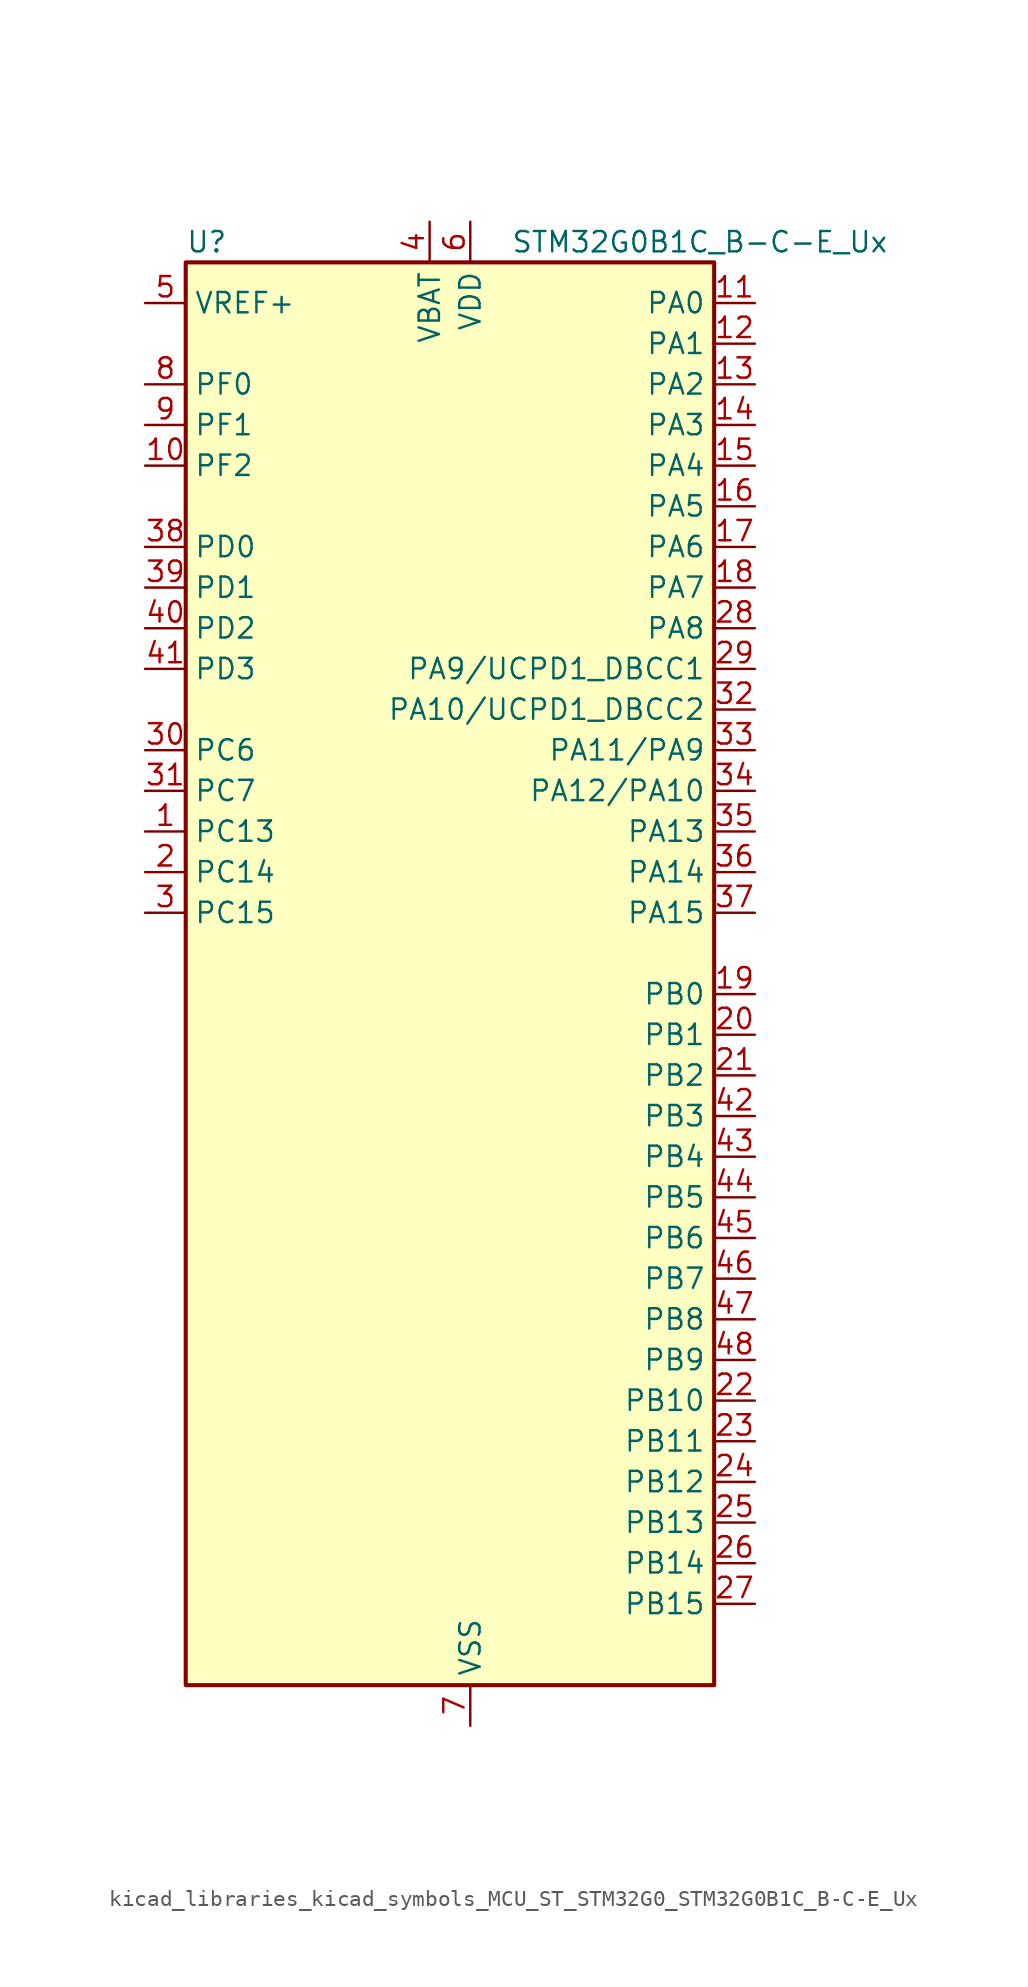
<source format=kicad_sym>
(kicad_symbol_lib
  (version 20220914)
  (generator kicad_symbol_editor)
  (symbol "kicad_libraries_kicad_symbols_MCU_ST_STM32G0_STM32G0B1C_B-C-E_Ux"
    (property "Reference" "U"
      (at -15.24 46.99 0)
      (effects (font (size 1.27 1.27)) (justify left)))
    (property "Value" "STM32G0B1C_B-C-E_Ux"
      (at 5.08 46.99 0)
      (effects (font (size 1.27 1.27)) (justify left)))
    (property "ki_locked" ""
      (at 0 0 0)
      (effects (font (size 1.27 1.27))))
    (symbol "kicad_libraries_kicad_symbols_MCU_ST_STM32G0_STM32G0B1C_B-C-E_Ux_0_1"
      (rectangle (start -15.24 -43.18) (end 17.78 45.72) (stroke (width 0.254) (type default)) (fill (type background))))
    (symbol "kicad_libraries_kicad_symbols_MCU_ST_STM32G0_STM32G0B1C_B-C-E_Ux_1_1"
      (pin bidirectional line (at -17.78 10.16 0) (length 2.54) (name "PC13" (effects (font (size 1.27 1.27)))) (number "1" (effects (font (size 1.27 1.27)))) (alternate "RTC_OUT1" bidirectional line) (alternate "RTC_TAMP_IN1" bidirectional line) (alternate "RTC_TS" bidirectional line) (alternate "SYS_WKUP2" bidirectional line) (alternate "TIM1_BK" bidirectional line))
      (pin bidirectional line (at -17.78 33.02 0) (length 2.54) (name "PF2" (effects (font (size 1.27 1.27)))) (number "10" (effects (font (size 1.27 1.27)))) (alternate "LPUART2_DE" bidirectional line) (alternate "LPUART2_RTS" bidirectional line) (alternate "LPUART2_TX" bidirectional line) (alternate "RCC_MCO" bidirectional line))
      (pin bidirectional line (at 20.32 43.18 180) (length 2.54) (name "PA0" (effects (font (size 1.27 1.27)))) (number "11" (effects (font (size 1.27 1.27)))) (alternate "ADC1_IN0" bidirectional line) (alternate "COMP1_INM" bidirectional line) (alternate "COMP1_OUT" bidirectional line) (alternate "I2S2_CK" bidirectional line) (alternate "LPTIM1_OUT" bidirectional line) (alternate "RTC_TAMP_IN2" bidirectional line) (alternate "SPI2_SCK" bidirectional line) (alternate "SYS_WKUP1" bidirectional line) (alternate "TIM2_CH1" bidirectional line) (alternate "TIM2_ETR" bidirectional line) (alternate "UCPD2_FRSTX1" bidirectional line) (alternate "UCPD2_FRSTX2" bidirectional line) (alternate "USART2_CTS" bidirectional line) (alternate "USART2_NSS" bidirectional line) (alternate "USART4_TX" bidirectional line))
      (pin bidirectional line (at 20.32 40.64 180) (length 2.54) (name "PA1" (effects (font (size 1.27 1.27)))) (number "12" (effects (font (size 1.27 1.27)))) (alternate "ADC1_IN1" bidirectional line) (alternate "COMP1_INP" bidirectional line) (alternate "I2C1_SMBA" bidirectional line) (alternate "I2S1_CK" bidirectional line) (alternate "SPI1_SCK" bidirectional line) (alternate "TIM15_CH1N" bidirectional line) (alternate "TIM2_CH2" bidirectional line) (alternate "USART2_CK" bidirectional line) (alternate "USART2_DE" bidirectional line) (alternate "USART2_RTS" bidirectional line) (alternate "USART4_RX" bidirectional line))
      (pin bidirectional line (at 20.32 38.1 180) (length 2.54) (name "PA2" (effects (font (size 1.27 1.27)))) (number "13" (effects (font (size 1.27 1.27)))) (alternate "ADC1_IN2" bidirectional line) (alternate "COMP2_INM" bidirectional line) (alternate "COMP2_OUT" bidirectional line) (alternate "I2S1_SD" bidirectional line) (alternate "LPUART1_TX" bidirectional line) (alternate "RCC_LSCO" bidirectional line) (alternate "SPI1_MOSI" bidirectional line) (alternate "SYS_WKUP4" bidirectional line) (alternate "TIM15_CH1" bidirectional line) (alternate "TIM2_CH3" bidirectional line) (alternate "UCPD1_FRSTX1" bidirectional line) (alternate "UCPD1_FRSTX2" bidirectional line) (alternate "USART2_TX" bidirectional line))
      (pin bidirectional line (at 20.32 35.56 180) (length 2.54) (name "PA3" (effects (font (size 1.27 1.27)))) (number "14" (effects (font (size 1.27 1.27)))) (alternate "ADC1_IN3" bidirectional line) (alternate "COMP2_INP" bidirectional line) (alternate "I2S2_MCK" bidirectional line) (alternate "LPUART1_RX" bidirectional line) (alternate "SPI2_MISO" bidirectional line) (alternate "TIM15_CH2" bidirectional line) (alternate "TIM2_CH4" bidirectional line) (alternate "UCPD2_FRSTX1" bidirectional line) (alternate "UCPD2_FRSTX2" bidirectional line) (alternate "USART2_RX" bidirectional line))
      (pin bidirectional line (at 20.32 33.02 180) (length 2.54) (name "PA4" (effects (font (size 1.27 1.27)))) (number "15" (effects (font (size 1.27 1.27)))) (alternate "ADC1_IN4" bidirectional line) (alternate "DAC1_OUT1" bidirectional line) (alternate "I2S1_WS" bidirectional line) (alternate "I2S2_SD" bidirectional line) (alternate "LPTIM2_OUT" bidirectional line) (alternate "RTC_OUT2" bidirectional line) (alternate "SPI1_NSS" bidirectional line) (alternate "SPI2_MOSI" bidirectional line) (alternate "SPI3_NSS" bidirectional line) (alternate "TIM14_CH1" bidirectional line) (alternate "UCPD2_FRSTX1" bidirectional line) (alternate "UCPD2_FRSTX2" bidirectional line) (alternate "USART6_TX" bidirectional line) (alternate "USB_NOE" bidirectional line))
      (pin bidirectional line (at 20.32 30.48 180) (length 2.54) (name "PA5" (effects (font (size 1.27 1.27)))) (number "16" (effects (font (size 1.27 1.27)))) (alternate "ADC1_IN5" bidirectional line) (alternate "CEC" bidirectional line) (alternate "DAC1_OUT2" bidirectional line) (alternate "I2S1_CK" bidirectional line) (alternate "LPTIM2_ETR" bidirectional line) (alternate "SPI1_SCK" bidirectional line) (alternate "TIM2_CH1" bidirectional line) (alternate "TIM2_ETR" bidirectional line) (alternate "UCPD1_FRSTX1" bidirectional line) (alternate "UCPD1_FRSTX2" bidirectional line) (alternate "USART3_TX" bidirectional line) (alternate "USART6_RX" bidirectional line))
      (pin bidirectional line (at 20.32 27.94 180) (length 2.54) (name "PA6" (effects (font (size 1.27 1.27)))) (number "17" (effects (font (size 1.27 1.27)))) (alternate "ADC1_IN6" bidirectional line) (alternate "COMP1_OUT" bidirectional line) (alternate "I2C2_SDA" bidirectional line) (alternate "I2C3_SDA" bidirectional line) (alternate "I2S1_MCK" bidirectional line) (alternate "LPUART1_CTS" bidirectional line) (alternate "SPI1_MISO" bidirectional line) (alternate "TIM16_CH1" bidirectional line) (alternate "TIM1_BK" bidirectional line) (alternate "TIM3_CH1" bidirectional line) (alternate "USART3_CTS" bidirectional line) (alternate "USART3_NSS" bidirectional line) (alternate "USART6_CTS" bidirectional line) (alternate "USART6_NSS" bidirectional line))
      (pin bidirectional line (at 20.32 25.4 180) (length 2.54) (name "PA7" (effects (font (size 1.27 1.27)))) (number "18" (effects (font (size 1.27 1.27)))) (alternate "ADC1_IN7" bidirectional line) (alternate "COMP2_OUT" bidirectional line) (alternate "I2C2_SCL" bidirectional line) (alternate "I2C3_SCL" bidirectional line) (alternate "I2S1_SD" bidirectional line) (alternate "SPI1_MOSI" bidirectional line) (alternate "TIM14_CH1" bidirectional line) (alternate "TIM17_CH1" bidirectional line) (alternate "TIM1_CH1N" bidirectional line) (alternate "TIM3_CH2" bidirectional line) (alternate "UCPD1_FRSTX1" bidirectional line) (alternate "UCPD1_FRSTX2" bidirectional line) (alternate "USART6_CK" bidirectional line) (alternate "USART6_DE" bidirectional line) (alternate "USART6_RTS" bidirectional line))
      (pin bidirectional line (at 20.32 0 180) (length 2.54) (name "PB0" (effects (font (size 1.27 1.27)))) (number "19" (effects (font (size 1.27 1.27)))) (alternate "ADC1_IN8" bidirectional line) (alternate "COMP1_OUT" bidirectional line) (alternate "COMP3_INP" bidirectional line) (alternate "FDCAN2_RX" bidirectional line) (alternate "I2S1_WS" bidirectional line) (alternate "LPTIM1_OUT" bidirectional line) (alternate "LPUART2_CTS" bidirectional line) (alternate "SPI1_NSS" bidirectional line) (alternate "TIM1_CH2N" bidirectional line) (alternate "TIM3_CH3" bidirectional line) (alternate "UCPD1_FRSTX1" bidirectional line) (alternate "UCPD1_FRSTX2" bidirectional line) (alternate "USART3_RX" bidirectional line) (alternate "USART5_TX" bidirectional line))
      (pin bidirectional line (at -17.78 7.62 0) (length 2.54) (name "PC14" (effects (font (size 1.27 1.27)))) (number "2" (effects (font (size 1.27 1.27)))) (alternate "RCC_OSC32_IN" bidirectional line) (alternate "TIM1_BK2" bidirectional line))
      (pin bidirectional line (at 20.32 -2.54 180) (length 2.54) (name "PB1" (effects (font (size 1.27 1.27)))) (number "20" (effects (font (size 1.27 1.27)))) (alternate "ADC1_IN9" bidirectional line) (alternate "COMP1_INM" bidirectional line) (alternate "COMP3_OUT" bidirectional line) (alternate "FDCAN2_TX" bidirectional line) (alternate "LPTIM2_IN1" bidirectional line) (alternate "LPUART1_DE" bidirectional line) (alternate "LPUART1_RTS" bidirectional line) (alternate "LPUART2_DE" bidirectional line) (alternate "LPUART2_RTS" bidirectional line) (alternate "TIM14_CH1" bidirectional line) (alternate "TIM1_CH3N" bidirectional line) (alternate "TIM3_CH4" bidirectional line) (alternate "USART3_CK" bidirectional line) (alternate "USART3_DE" bidirectional line) (alternate "USART3_RTS" bidirectional line) (alternate "USART5_RX" bidirectional line))
      (pin bidirectional line (at 20.32 -5.08 180) (length 2.54) (name "PB2" (effects (font (size 1.27 1.27)))) (number "21" (effects (font (size 1.27 1.27)))) (alternate "ADC1_IN10" bidirectional line) (alternate "COMP1_INP" bidirectional line) (alternate "COMP3_INM" bidirectional line) (alternate "I2S2_MCK" bidirectional line) (alternate "LPTIM1_OUT" bidirectional line) (alternate "RCC_MCO_2" bidirectional line) (alternate "SPI2_MISO" bidirectional line) (alternate "USART3_TX" bidirectional line))
      (pin bidirectional line (at 20.32 -25.4 180) (length 2.54) (name "PB10" (effects (font (size 1.27 1.27)))) (number "22" (effects (font (size 1.27 1.27)))) (alternate "ADC1_IN11" bidirectional line) (alternate "CEC" bidirectional line) (alternate "COMP1_OUT" bidirectional line) (alternate "I2C2_SCL" bidirectional line) (alternate "I2S2_CK" bidirectional line) (alternate "LPUART1_RX" bidirectional line) (alternate "SPI2_SCK" bidirectional line) (alternate "TIM2_CH3" bidirectional line) (alternate "USART3_TX" bidirectional line))
      (pin bidirectional line (at 20.32 -27.94 180) (length 2.54) (name "PB11" (effects (font (size 1.27 1.27)))) (number "23" (effects (font (size 1.27 1.27)))) (alternate "ADC1_EXTI11" bidirectional line) (alternate "ADC1_IN15" bidirectional line) (alternate "COMP2_OUT" bidirectional line) (alternate "I2C2_SDA" bidirectional line) (alternate "I2S2_SD" bidirectional line) (alternate "LPUART1_TX" bidirectional line) (alternate "SPI2_MOSI" bidirectional line) (alternate "TIM2_CH4" bidirectional line) (alternate "USART3_RX" bidirectional line))
      (pin bidirectional line (at 20.32 -30.48 180) (length 2.54) (name "PB12" (effects (font (size 1.27 1.27)))) (number "24" (effects (font (size 1.27 1.27)))) (alternate "ADC1_IN16" bidirectional line) (alternate "FDCAN2_RX" bidirectional line) (alternate "I2C2_SMBA" bidirectional line) (alternate "I2S2_WS" bidirectional line) (alternate "LPUART1_DE" bidirectional line) (alternate "LPUART1_RTS" bidirectional line) (alternate "SPI2_NSS" bidirectional line) (alternate "TIM15_BK" bidirectional line) (alternate "TIM1_BK" bidirectional line) (alternate "UCPD2_FRSTX1" bidirectional line) (alternate "UCPD2_FRSTX2" bidirectional line))
      (pin bidirectional line (at 20.32 -33.02 180) (length 2.54) (name "PB13" (effects (font (size 1.27 1.27)))) (number "25" (effects (font (size 1.27 1.27)))) (alternate "FDCAN2_TX" bidirectional line) (alternate "I2C2_SCL" bidirectional line) (alternate "I2S2_CK" bidirectional line) (alternate "LPUART1_CTS" bidirectional line) (alternate "SPI2_SCK" bidirectional line) (alternate "TIM15_CH1N" bidirectional line) (alternate "TIM1_CH1N" bidirectional line) (alternate "USART3_CTS" bidirectional line) (alternate "USART3_NSS" bidirectional line))
      (pin bidirectional line (at 20.32 -35.56 180) (length 2.54) (name "PB14" (effects (font (size 1.27 1.27)))) (number "26" (effects (font (size 1.27 1.27)))) (alternate "I2C2_SDA" bidirectional line) (alternate "I2S2_MCK" bidirectional line) (alternate "SPI2_MISO" bidirectional line) (alternate "TIM15_CH1" bidirectional line) (alternate "TIM1_CH2N" bidirectional line) (alternate "UCPD1_FRSTX1" bidirectional line) (alternate "UCPD1_FRSTX2" bidirectional line) (alternate "USART3_CK" bidirectional line) (alternate "USART3_DE" bidirectional line) (alternate "USART3_RTS" bidirectional line) (alternate "USART6_CK" bidirectional line) (alternate "USART6_DE" bidirectional line) (alternate "USART6_RTS" bidirectional line))
      (pin bidirectional line (at 20.32 -38.1 180) (length 2.54) (name "PB15" (effects (font (size 1.27 1.27)))) (number "27" (effects (font (size 1.27 1.27)))) (alternate "I2S2_SD" bidirectional line) (alternate "RTC_REFIN" bidirectional line) (alternate "SPI2_MOSI" bidirectional line) (alternate "TIM15_CH1N" bidirectional line) (alternate "TIM15_CH2" bidirectional line) (alternate "TIM1_CH3N" bidirectional line) (alternate "UCPD1_CC2" bidirectional line) (alternate "USART6_CTS" bidirectional line) (alternate "USART6_NSS" bidirectional line))
      (pin bidirectional line (at 20.32 22.86 180) (length 2.54) (name "PA8" (effects (font (size 1.27 1.27)))) (number "28" (effects (font (size 1.27 1.27)))) (alternate "CRS1_SYNC" bidirectional line) (alternate "I2C2_SMBA" bidirectional line) (alternate "I2S2_WS" bidirectional line) (alternate "LPTIM2_OUT" bidirectional line) (alternate "RCC_MCO" bidirectional line) (alternate "SPI2_NSS" bidirectional line) (alternate "TIM1_CH1" bidirectional line) (alternate "UCPD1_CC1" bidirectional line))
      (pin bidirectional line (at 20.32 20.32 180) (length 2.54) (name "PA9/UCPD1_DBCC1" (effects (font (size 1.27 1.27)))) (number "29" (effects (font (size 1.27 1.27)))) (alternate "DAC1_EXTI9" bidirectional line) (alternate "I2C1_SCL" bidirectional line) (alternate "I2C2_SCL" bidirectional line) (alternate "I2S2_MCK" bidirectional line) (alternate "RCC_MCO" bidirectional line) (alternate "SPI2_MISO" bidirectional line) (alternate "TIM15_BK" bidirectional line) (alternate "TIM1_CH2" bidirectional line) (alternate "UCPD1_DBCC1" bidirectional line) (alternate "USART1_TX" bidirectional line))
      (pin bidirectional line (at -17.78 5.08 0) (length 2.54) (name "PC15" (effects (font (size 1.27 1.27)))) (number "3" (effects (font (size 1.27 1.27)))) (alternate "RCC_OSC32_EN" bidirectional line) (alternate "RCC_OSC32_OUT" bidirectional line) (alternate "RCC_OSC_EN" bidirectional line) (alternate "TIM15_BK" bidirectional line))
      (pin bidirectional line (at -17.78 15.24 0) (length 2.54) (name "PC6" (effects (font (size 1.27 1.27)))) (number "30" (effects (font (size 1.27 1.27)))) (alternate "LPUART2_TX" bidirectional line) (alternate "TIM2_CH3" bidirectional line) (alternate "TIM3_CH1" bidirectional line) (alternate "UCPD1_FRSTX1" bidirectional line) (alternate "UCPD1_FRSTX2" bidirectional line))
      (pin bidirectional line (at -17.78 12.7 0) (length 2.54) (name "PC7" (effects (font (size 1.27 1.27)))) (number "31" (effects (font (size 1.27 1.27)))) (alternate "LPUART2_RX" bidirectional line) (alternate "TIM2_CH4" bidirectional line) (alternate "TIM3_CH2" bidirectional line) (alternate "UCPD2_FRSTX1" bidirectional line) (alternate "UCPD2_FRSTX2" bidirectional line))
      (pin bidirectional line (at 20.32 17.78 180) (length 2.54) (name "PA10/UCPD1_DBCC2" (effects (font (size 1.27 1.27)))) (number "32" (effects (font (size 1.27 1.27)))) (alternate "I2C1_SDA" bidirectional line) (alternate "I2C2_SDA" bidirectional line) (alternate "I2S2_SD" bidirectional line) (alternate "RCC_MCO_2" bidirectional line) (alternate "SPI2_MOSI" bidirectional line) (alternate "TIM17_BK" bidirectional line) (alternate "TIM1_CH3" bidirectional line) (alternate "UCPD1_DBCC2" bidirectional line) (alternate "USART1_RX" bidirectional line))
      (pin bidirectional line (at 20.32 15.24 180) (length 2.54) (name "PA11/PA9" (effects (font (size 1.27 1.27)))) (number "33" (effects (font (size 1.27 1.27)))) (alternate "ADC1_EXTI11" bidirectional line) (alternate "COMP1_OUT" bidirectional line) (alternate "FDCAN1_RX" bidirectional line) (alternate "I2C2_SCL" bidirectional line) (alternate "I2S1_MCK" bidirectional line) (alternate "SPI1_MISO" bidirectional line) (alternate "TIM1_BK2" bidirectional line) (alternate "TIM1_CH4" bidirectional line) (alternate "USART1_CTS" bidirectional line) (alternate "USART1_NSS" bidirectional line) (alternate "USB_DM" bidirectional line))
      (pin bidirectional line (at 20.32 12.7 180) (length 2.54) (name "PA12/PA10" (effects (font (size 1.27 1.27)))) (number "34" (effects (font (size 1.27 1.27)))) (alternate "COMP2_OUT" bidirectional line) (alternate "FDCAN1_TX" bidirectional line) (alternate "I2C2_SDA" bidirectional line) (alternate "I2S1_SD" bidirectional line) (alternate "I2S_CKIN" bidirectional line) (alternate "SPI1_MOSI" bidirectional line) (alternate "TIM1_ETR" bidirectional line) (alternate "USART1_CK" bidirectional line) (alternate "USART1_DE" bidirectional line) (alternate "USART1_RTS" bidirectional line) (alternate "USB_DP" bidirectional line))
      (pin bidirectional line (at 20.32 10.16 180) (length 2.54) (name "PA13" (effects (font (size 1.27 1.27)))) (number "35" (effects (font (size 1.27 1.27)))) (alternate "IR_OUT" bidirectional line) (alternate "LPUART2_RX" bidirectional line) (alternate "SYS_SWDIO" bidirectional line) (alternate "USB_NOE" bidirectional line))
      (pin bidirectional line (at 20.32 7.62 180) (length 2.54) (name "PA14" (effects (font (size 1.27 1.27)))) (number "36" (effects (font (size 1.27 1.27)))) (alternate "LPUART2_TX" bidirectional line) (alternate "SYS_SWCLK" bidirectional line) (alternate "USART2_TX" bidirectional line))
      (pin bidirectional line (at 20.32 5.08 180) (length 2.54) (name "PA15" (effects (font (size 1.27 1.27)))) (number "37" (effects (font (size 1.27 1.27)))) (alternate "I2C2_SMBA" bidirectional line) (alternate "I2S1_WS" bidirectional line) (alternate "RCC_MCO_2" bidirectional line) (alternate "SPI1_NSS" bidirectional line) (alternate "SPI3_NSS" bidirectional line) (alternate "TIM2_CH1" bidirectional line) (alternate "TIM2_ETR" bidirectional line) (alternate "USART2_RX" bidirectional line) (alternate "USART3_CK" bidirectional line) (alternate "USART3_DE" bidirectional line) (alternate "USART3_RTS" bidirectional line) (alternate "USART4_CK" bidirectional line) (alternate "USART4_DE" bidirectional line) (alternate "USART4_RTS" bidirectional line) (alternate "USB_NOE" bidirectional line))
      (pin bidirectional line (at -17.78 27.94 0) (length 2.54) (name "PD0" (effects (font (size 1.27 1.27)))) (number "38" (effects (font (size 1.27 1.27)))) (alternate "FDCAN1_RX" bidirectional line) (alternate "I2S2_WS" bidirectional line) (alternate "SPI2_NSS" bidirectional line) (alternate "TIM16_CH1" bidirectional line) (alternate "UCPD2_CC1" bidirectional line))
      (pin bidirectional line (at -17.78 25.4 0) (length 2.54) (name "PD1" (effects (font (size 1.27 1.27)))) (number "39" (effects (font (size 1.27 1.27)))) (alternate "FDCAN1_TX" bidirectional line) (alternate "I2S2_CK" bidirectional line) (alternate "SPI2_SCK" bidirectional line) (alternate "TIM17_CH1" bidirectional line) (alternate "UCPD2_DBCC1" bidirectional line))
      (pin power_in line (at 0 48.26 270) (length 2.54) (name "VBAT" (effects (font (size 1.27 1.27)))) (number "4" (effects (font (size 1.27 1.27)))))
      (pin bidirectional line (at -17.78 22.86 0) (length 2.54) (name "PD2" (effects (font (size 1.27 1.27)))) (number "40" (effects (font (size 1.27 1.27)))) (alternate "TIM1_CH1N" bidirectional line) (alternate "TIM3_ETR" bidirectional line) (alternate "UCPD2_CC2" bidirectional line) (alternate "USART3_CK" bidirectional line) (alternate "USART3_DE" bidirectional line) (alternate "USART3_RTS" bidirectional line) (alternate "USART5_RX" bidirectional line))
      (pin bidirectional line (at -17.78 20.32 0) (length 2.54) (name "PD3" (effects (font (size 1.27 1.27)))) (number "41" (effects (font (size 1.27 1.27)))) (alternate "I2S2_MCK" bidirectional line) (alternate "SPI2_MISO" bidirectional line) (alternate "TIM1_CH2N" bidirectional line) (alternate "UCPD2_DBCC2" bidirectional line) (alternate "USART2_CTS" bidirectional line) (alternate "USART2_NSS" bidirectional line) (alternate "USART5_TX" bidirectional line))
      (pin bidirectional line (at 20.32 -7.62 180) (length 2.54) (name "PB3" (effects (font (size 1.27 1.27)))) (number "42" (effects (font (size 1.27 1.27)))) (alternate "COMP2_INM" bidirectional line) (alternate "I2C2_SCL" bidirectional line) (alternate "I2C3_SCL" bidirectional line) (alternate "I2S1_CK" bidirectional line) (alternate "SPI1_SCK" bidirectional line) (alternate "SPI3_SCK" bidirectional line) (alternate "TIM1_CH2" bidirectional line) (alternate "TIM2_CH2" bidirectional line) (alternate "USART1_CK" bidirectional line) (alternate "USART1_DE" bidirectional line) (alternate "USART1_RTS" bidirectional line) (alternate "USART5_TX" bidirectional line))
      (pin bidirectional line (at 20.32 -10.16 180) (length 2.54) (name "PB4" (effects (font (size 1.27 1.27)))) (number "43" (effects (font (size 1.27 1.27)))) (alternate "COMP2_INP" bidirectional line) (alternate "I2C2_SDA" bidirectional line) (alternate "I2C3_SDA" bidirectional line) (alternate "I2S1_MCK" bidirectional line) (alternate "SPI1_MISO" bidirectional line) (alternate "SPI3_MISO" bidirectional line) (alternate "TIM17_BK" bidirectional line) (alternate "TIM3_CH1" bidirectional line) (alternate "USART1_CTS" bidirectional line) (alternate "USART1_NSS" bidirectional line) (alternate "USART5_RX" bidirectional line))
      (pin bidirectional line (at 20.32 -12.7 180) (length 2.54) (name "PB5" (effects (font (size 1.27 1.27)))) (number "44" (effects (font (size 1.27 1.27)))) (alternate "COMP2_OUT" bidirectional line) (alternate "FDCAN2_RX" bidirectional line) (alternate "I2C1_SMBA" bidirectional line) (alternate "I2S1_SD" bidirectional line) (alternate "LPTIM1_IN1" bidirectional line) (alternate "SPI1_MOSI" bidirectional line) (alternate "SPI3_MOSI" bidirectional line) (alternate "SYS_WKUP6" bidirectional line) (alternate "TIM16_BK" bidirectional line) (alternate "TIM3_CH2" bidirectional line) (alternate "USART5_CK" bidirectional line) (alternate "USART5_DE" bidirectional line) (alternate "USART5_RTS" bidirectional line))
      (pin bidirectional line (at 20.32 -15.24 180) (length 2.54) (name "PB6" (effects (font (size 1.27 1.27)))) (number "45" (effects (font (size 1.27 1.27)))) (alternate "COMP2_INP" bidirectional line) (alternate "FDCAN2_TX" bidirectional line) (alternate "I2C1_SCL" bidirectional line) (alternate "I2S2_MCK" bidirectional line) (alternate "LPTIM1_ETR" bidirectional line) (alternate "LPUART2_TX" bidirectional line) (alternate "SPI2_MISO" bidirectional line) (alternate "TIM16_CH1N" bidirectional line) (alternate "TIM1_CH3" bidirectional line) (alternate "TIM4_CH1" bidirectional line) (alternate "USART1_TX" bidirectional line) (alternate "USART5_CTS" bidirectional line) (alternate "USART5_NSS" bidirectional line))
      (pin bidirectional line (at 20.32 -17.78 180) (length 2.54) (name "PB7" (effects (font (size 1.27 1.27)))) (number "46" (effects (font (size 1.27 1.27)))) (alternate "COMP2_INM" bidirectional line) (alternate "I2C1_SDA" bidirectional line) (alternate "I2S2_SD" bidirectional line) (alternate "LPTIM1_IN2" bidirectional line) (alternate "LPUART2_RX" bidirectional line) (alternate "SPI2_MOSI" bidirectional line) (alternate "SYS_PVD_IN" bidirectional line) (alternate "TIM17_CH1N" bidirectional line) (alternate "TIM4_CH2" bidirectional line) (alternate "USART1_RX" bidirectional line) (alternate "USART4_CTS" bidirectional line) (alternate "USART4_NSS" bidirectional line))
      (pin bidirectional line (at 20.32 -20.32 180) (length 2.54) (name "PB8" (effects (font (size 1.27 1.27)))) (number "47" (effects (font (size 1.27 1.27)))) (alternate "CEC" bidirectional line) (alternate "FDCAN1_RX" bidirectional line) (alternate "I2C1_SCL" bidirectional line) (alternate "I2S2_CK" bidirectional line) (alternate "SPI2_SCK" bidirectional line) (alternate "TIM15_BK" bidirectional line) (alternate "TIM16_CH1" bidirectional line) (alternate "TIM4_CH3" bidirectional line) (alternate "USART3_TX" bidirectional line) (alternate "USART6_TX" bidirectional line))
      (pin bidirectional line (at 20.32 -22.86 180) (length 2.54) (name "PB9" (effects (font (size 1.27 1.27)))) (number "48" (effects (font (size 1.27 1.27)))) (alternate "DAC1_EXTI9" bidirectional line) (alternate "FDCAN1_TX" bidirectional line) (alternate "I2C1_SDA" bidirectional line) (alternate "I2S2_WS" bidirectional line) (alternate "IR_OUT" bidirectional line) (alternate "SPI2_NSS" bidirectional line) (alternate "TIM17_CH1" bidirectional line) (alternate "TIM4_CH4" bidirectional line) (alternate "UCPD2_FRSTX1" bidirectional line) (alternate "UCPD2_FRSTX2" bidirectional line) (alternate "USART3_RX" bidirectional line) (alternate "USART6_RX" bidirectional line))
      (pin passive line (at 2.54 -45.72 90) (length 2.54) hide (name "VSS" (effects (font (size 1.27 1.27)))) (number "49" (effects (font (size 1.27 1.27)))))
      (pin input line (at -17.78 43.18 0) (length 2.54) (name "VREF+" (effects (font (size 1.27 1.27)))) (number "5" (effects (font (size 1.27 1.27)))) (alternate "VREFBUF_OUT" bidirectional line))
      (pin power_in line (at 2.54 48.26 270) (length 2.54) (name "VDD" (effects (font (size 1.27 1.27)))) (number "6" (effects (font (size 1.27 1.27)))))
      (pin power_in line (at 2.54 -45.72 90) (length 2.54) (name "VSS" (effects (font (size 1.27 1.27)))) (number "7" (effects (font (size 1.27 1.27)))))
      (pin bidirectional line (at -17.78 38.1 0) (length 2.54) (name "PF0" (effects (font (size 1.27 1.27)))) (number "8" (effects (font (size 1.27 1.27)))) (alternate "CRS1_SYNC" bidirectional line) (alternate "RCC_OSC_IN" bidirectional line) (alternate "TIM14_CH1" bidirectional line))
      (pin bidirectional line (at -17.78 35.56 0) (length 2.54) (name "PF1" (effects (font (size 1.27 1.27)))) (number "9" (effects (font (size 1.27 1.27)))) (alternate "RCC_OSC_EN" bidirectional line) (alternate "RCC_OSC_OUT" bidirectional line) (alternate "TIM15_CH1N" bidirectional line)))))
</source>
